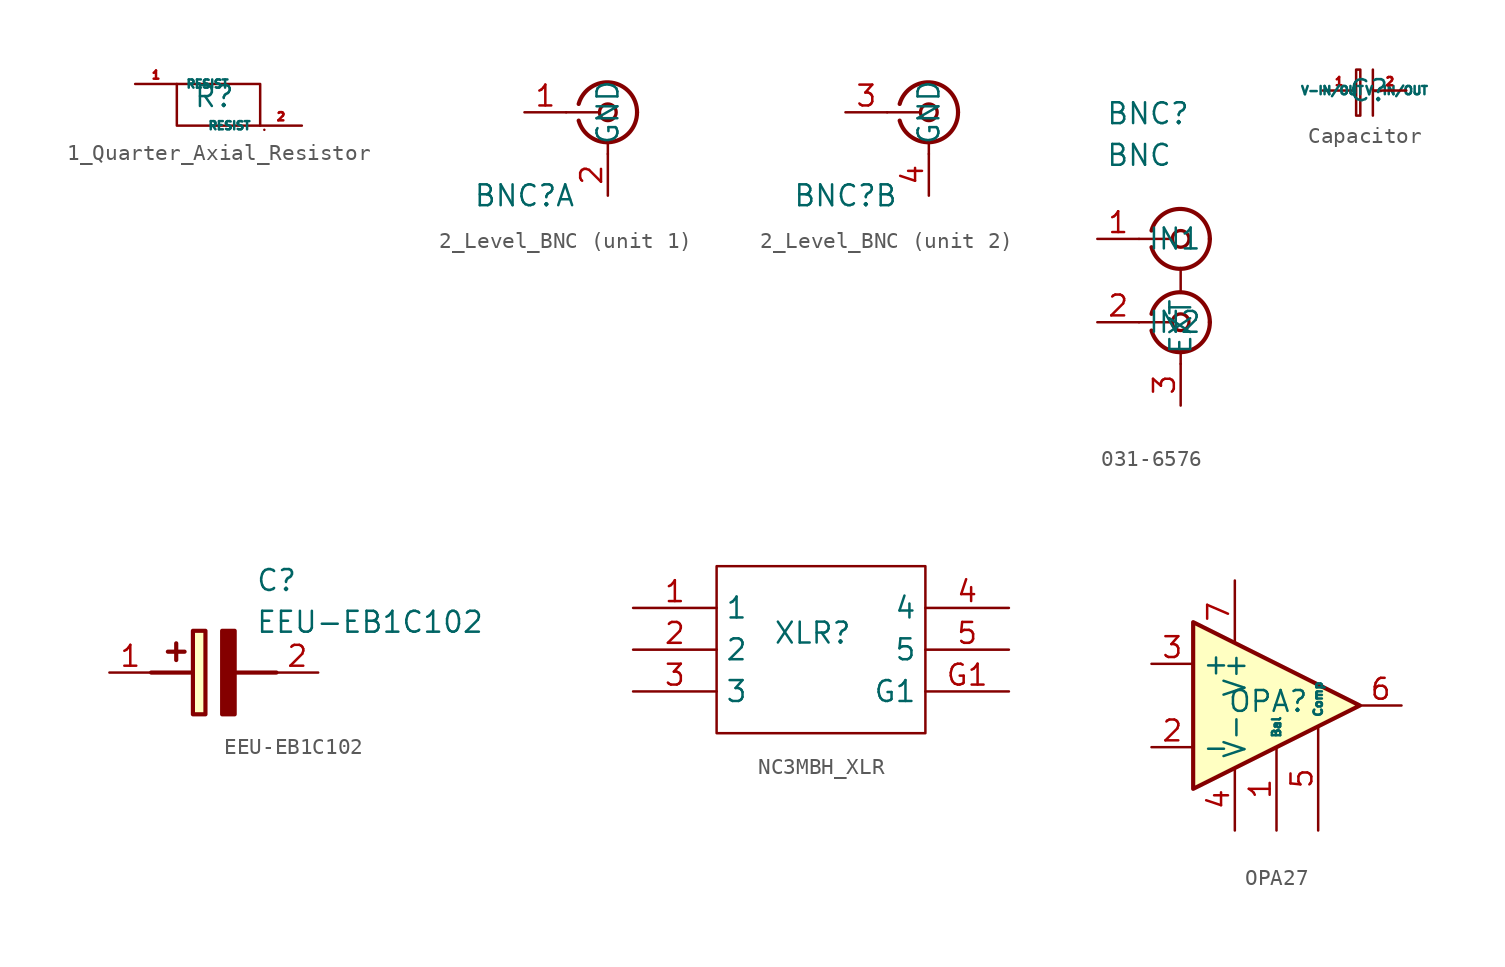
<source format=kicad_sym>
(kicad_symbol_lib
  (version 20220914)
  (generator kicad_symbol_editor)
  (symbol "1_Quarter_Axial_Resistor"
    (property "Reference" "R"
      (at 0 0 0)
      (effects (font (size 1.27 1.27))))
    (property "Value" ""
      (at 0 0 0)
      (effects (font (size 1.27 1.27))))
    (symbol "1_Quarter_Axial_Resistor_0_1"
      (rectangle (start -2.286 0.762) (end 2.794 -1.778) (stroke (width 0) (type default)) (fill (type none)))
      (rectangle (start 3.048 -2.032) (end 3.048 -2.032) (stroke (width 0) (type default)) (fill (type none))))
    (symbol "1_Quarter_Axial_Resistor_1_1"
      (pin bidirectional line (at -4.826 0.762 0) (length 2.54) (name "RESIST" (effects (font (size 0.5 0.5)))) (number "1" (effects (font (size 0.5 0.5)))))
      (pin bidirectional line (at 5.334 -1.778 180) (length 2.54) (name "RESIST" (effects (font (size 0.5 0.5)))) (number "2" (effects (font (size 0.5 0.5)))))))
  (symbol "2_Level_BNC"
    (property "Reference" "BNC"
      (at 0 -5.08 0)
      (effects (font (size 1.27 1.27))))
    (property "Value" ""
      (at 0 -5.08 0)
      (effects (font (size 1.27 1.27))))
    (property "ki_locked" ""
      (at 0 0 0)
      (effects (font (size 1.27 1.27))))
    (symbol "2_Level_BNC_0_1"
      (polyline (pts (xy 2.54 0) (xy 4.572 0)) (stroke (width 0) (type default)) (fill (type none)))
      (polyline (pts (xy 5.08 -2.54) (xy 5.08 -1.778)) (stroke (width 0) (type default)) (fill (type none)))
      (arc (start 3.302 -0.508) (mid 5.302 -1.808) (end 6.858 0) (stroke (width 0.254) (type default)) (fill (type none)))
      (circle (center 5.08 0) (radius 0.508) (stroke (width 0.203) (type default)) (fill (type none)))
      (arc (start 6.858 0) (mid 5.3021 1.8083) (end 3.302 0.508) (stroke (width 0.254) (type default)) (fill (type none))))
    (symbol "2_Level_BNC_1_1"
      (pin passive line (at 0 0 0) (length 2.54) (name "" (effects (font (size 1.27 1.27)))) (number "1" (effects (font (size 1.27 1.27)))))
      (pin passive line (at 5.08 -5.08 90) (length 2.54) (name "GND" (effects (font (size 1.27 1.27)))) (number "2" (effects (font (size 1.27 1.27))))))
    (symbol "2_Level_BNC_2_1"
      (pin passive line (at 0 0 0) (length 2.54) (name "" (effects (font (size 1.27 1.27)))) (number "3" (effects (font (size 1.27 1.27)))))
      (pin passive line (at 5.08 -5.08 90) (length 2.54) (name "GND" (effects (font (size 1.27 1.27)))) (number "4" (effects (font (size 1.27 1.27)))))))
  (symbol "031-6576"
    (property "Reference" "BNC"
      (at -3.556 12.192 0)
      (effects (font (size 1.27 1.27)) (justify left top)))
    (property "Value" "BNC"
      (at -3.556 9.652 0)
      (effects (font (size 1.27 1.27)) (justify left top)))
    (symbol "031-6576_0_1"
      (arc (start -0.762 -1.778) (mid 1.238 -3.078) (end 2.794 -1.27) (stroke (width 0.254) (type default)) (fill (type none)))
      (arc (start -0.762 3.302) (mid 1.238 2.002) (end 2.794 3.81) (stroke (width 0.254) (type default)) (fill (type none)))
      (polyline (pts (xy -1.524 -1.27) (xy 0.508 -1.27)) (stroke (width 0) (type default)) (fill (type none)))
      (polyline (pts (xy -1.524 3.81) (xy 0.508 3.81)) (stroke (width 0) (type default)) (fill (type none)))
      (polyline (pts (xy 1.016 -3.81) (xy 1.016 -3.048)) (stroke (width 0) (type default)) (fill (type none)))
      (polyline (pts (xy 1.016 2.032) (xy 1.016 0.635)) (stroke (width 0) (type default)) (fill (type none)))
      (circle (center 1.016 -1.27) (radius 0.508) (stroke (width 0.203) (type default)) (fill (type none)))
      (circle (center 1.016 3.81) (radius 0.508) (stroke (width 0.203) (type default)) (fill (type none)))
      (arc (start 2.794 -1.27) (mid 1.2381 0.5383) (end -0.762 -0.762) (stroke (width 0.254) (type default)) (fill (type none)))
      (arc (start 2.794 3.81) (mid 1.2381 5.6183) (end -0.762 4.318) (stroke (width 0.254) (type default)) (fill (type none))))
    (symbol "031-6576_1_1"
      (pin passive line (at -4.064 3.81 0) (length 2.54) (name "IN1" (effects (font (size 1.27 1.27)))) (number "1" (effects (font (size 1.27 1.27)))))
      (pin passive line (at -4.064 -1.27 0) (length 2.54) (name "IN2" (effects (font (size 1.27 1.27)))) (number "2" (effects (font (size 1.27 1.27)))))
      (pin passive line (at 1.016 -6.35 90) (length 2.54) (name "EXT" (effects (font (size 1.27 1.27)))) (number "3" (effects (font (size 1.27 1.27)))))))
  (symbol "Capacitor"
    (property "Reference" "C"
      (at 0 0 0)
      (effects (font (size 1.27 1.27))))
    (property "Value" ""
      (at 0 0 0)
      (effects (font (size 1.27 1.27))))
    (symbol "Capacitor_0_1"
      (rectangle (start -0.762 1.27) (end -0.508 -1.524) (stroke (width 0) (type default)) (fill (type none)))
      (polyline (pts (xy 0.254 1.27) (xy 0.254 -1.524)) (stroke (width 0) (type default)) (fill (type none))))
    (symbol "Capacitor_1_1"
      (pin passive line (at -2.794 0 0) (length 2) (name "V-IN/OUT" (effects (font (size 0.5 0.5)))) (number "1" (effects (font (size 0.5 0.5)))))
      (pin passive line (at 2.286 0 180) (length 2) (name "V-IN/OUT" (effects (font (size 0.5 0.5)))) (number "2" (effects (font (size 0.5 0.5)))))))
  (symbol "EEU-EB1C102"
    (pin_names hide)
    (property "Reference" "C"
      (at 8.89 6.35 0)
      (effects (font (size 1.27 1.27)) (justify left top)))
    (property "Value" "EEU-EB1C102"
      (at 8.89 3.81 0)
      (effects (font (size 1.27 1.27)) (justify left top)))
    (symbol "EEU-EB1C102_1_1"
      (polyline (pts (xy 2.54 0) (xy 5.08 0)) (stroke (width 0.254) (type default)) (fill (type none)))
      (polyline (pts (xy 4.064 1.778) (xy 4.064 0.762)) (stroke (width 0.254) (type default)) (fill (type none)))
      (polyline (pts (xy 4.572 1.27) (xy 3.556 1.27)) (stroke (width 0.254) (type default)) (fill (type none)))
      (polyline (pts (xy 7.62 0) (xy 10.16 0)) (stroke (width 0.254) (type default)) (fill (type none)))
      (polyline (pts (xy 7.62 2.54) (xy 7.62 -2.54) (xy 6.858 -2.54) (xy 6.858 2.54) (xy 7.62 2.54)) (stroke (width 0.254) (type default)) (fill (type outline)))
      (rectangle (start 5.08 2.54) (end 5.842 -2.54) (stroke (width 0.254) (type default)) (fill (type background)))
      (pin passive line (at 0 0 0) (length 2.54) (name "+" (effects (font (size 1.27 1.27)))) (number "1" (effects (font (size 1.27 1.27)))))
      (pin passive line (at 12.7 0 180) (length 2.54) (name "-" (effects (font (size 1.27 1.27)))) (number "2" (effects (font (size 1.27 1.27)))))))
  (symbol "NC3MBH_XLR"
    (property "Reference" "XLR"
      (at 0 0 0)
      (effects (font (size 1.27 1.27))))
    (property "Value" ""
      (at 0 0 0)
      (effects (font (size 1.27 1.27))))
    (symbol "NC3MBH_XLR_0_0"
      (pin passive line (at -10.922 1.524 0) (length 5.08) (name "1" (effects (font (size 1.27 1.27)))) (number "1" (effects (font (size 1.27 1.27)))))
      (pin passive line (at -10.922 -1.016 0) (length 5.08) (name "2" (effects (font (size 1.27 1.27)))) (number "2" (effects (font (size 1.27 1.27)))))
      (pin passive line (at -10.922 -3.556 0) (length 5.08) (name "3" (effects (font (size 1.27 1.27)))) (number "3" (effects (font (size 1.27 1.27)))))
      (pin passive line (at 11.938 1.524 180) (length 5.08) (name "4" (effects (font (size 1.27 1.27)))) (number "4" (effects (font (size 1.27 1.27)))))
      (pin passive line (at 11.938 -1.016 180) (length 5.08) (name "5" (effects (font (size 1.27 1.27)))) (number "5" (effects (font (size 1.27 1.27)))))
      (pin passive line (at 11.938 -3.556 180) (length 5.08) (name "G1" (effects (font (size 1.27 1.27)))) (number "G1" (effects (font (size 1.27 1.27))))))
    (symbol "NC3MBH_XLR_0_1"
      (polyline (pts (xy -5.842 4.064) (xy 6.858 4.064) (xy 6.858 -6.096) (xy -5.842 -6.096) (xy -5.842 4.064)) (stroke (width 0.152) (type solid)) (fill (type none)))))
  (symbol "OPA27"
    (property "Reference" "OPA"
      (at 1.27 0 0)
      (effects (font (size 1.27 1.27))))
    (property "Value" ""
      (at 0 0 0)
      (effects (font (size 1.27 1.27))))
    (symbol "OPA27_0_1"
      (polyline (pts (xy -3.302 4.826) (xy 6.858 -0.254) (xy -3.302 -5.334) (xy -3.302 4.826)) (stroke (width 0.254) (type default)) (fill (type background))))
    (symbol "OPA27_1_1"
      (pin input line (at 1.778 -7.874 90) (length 5.08) (name "Bal" (effects (font (size 0.508 0.508)))) (number "1" (effects (font (size 1.27 1.27)))))
      (pin input line (at -5.842 -2.794 0) (length 2.54) (name "-" (effects (font (size 1.27 1.27)))) (number "2" (effects (font (size 1.27 1.27)))))
      (pin input line (at -5.842 2.286 0) (length 2.54) (name "+" (effects (font (size 1.27 1.27)))) (number "3" (effects (font (size 1.27 1.27)))))
      (pin power_in line (at -0.762 -7.874 90) (length 3.81) (name "V-" (effects (font (size 1.27 1.27)))) (number "4" (effects (font (size 1.27 1.27)))))
      (pin input line (at 4.318 -7.874 90) (length 6.35) (name "Comp" (effects (font (size 0.508 0.508)))) (number "5" (effects (font (size 1.27 1.27)))))
      (pin output line (at 9.398 -0.254 180) (length 2.54) (name "~" (effects (font (size 1.27 1.27)))) (number "6" (effects (font (size 1.27 1.27)))))
      (pin power_in line (at -0.762 7.366 270) (length 3.81) (name "V+" (effects (font (size 1.27 1.27)))) (number "7" (effects (font (size 1.27 1.27))))))))
</source>
